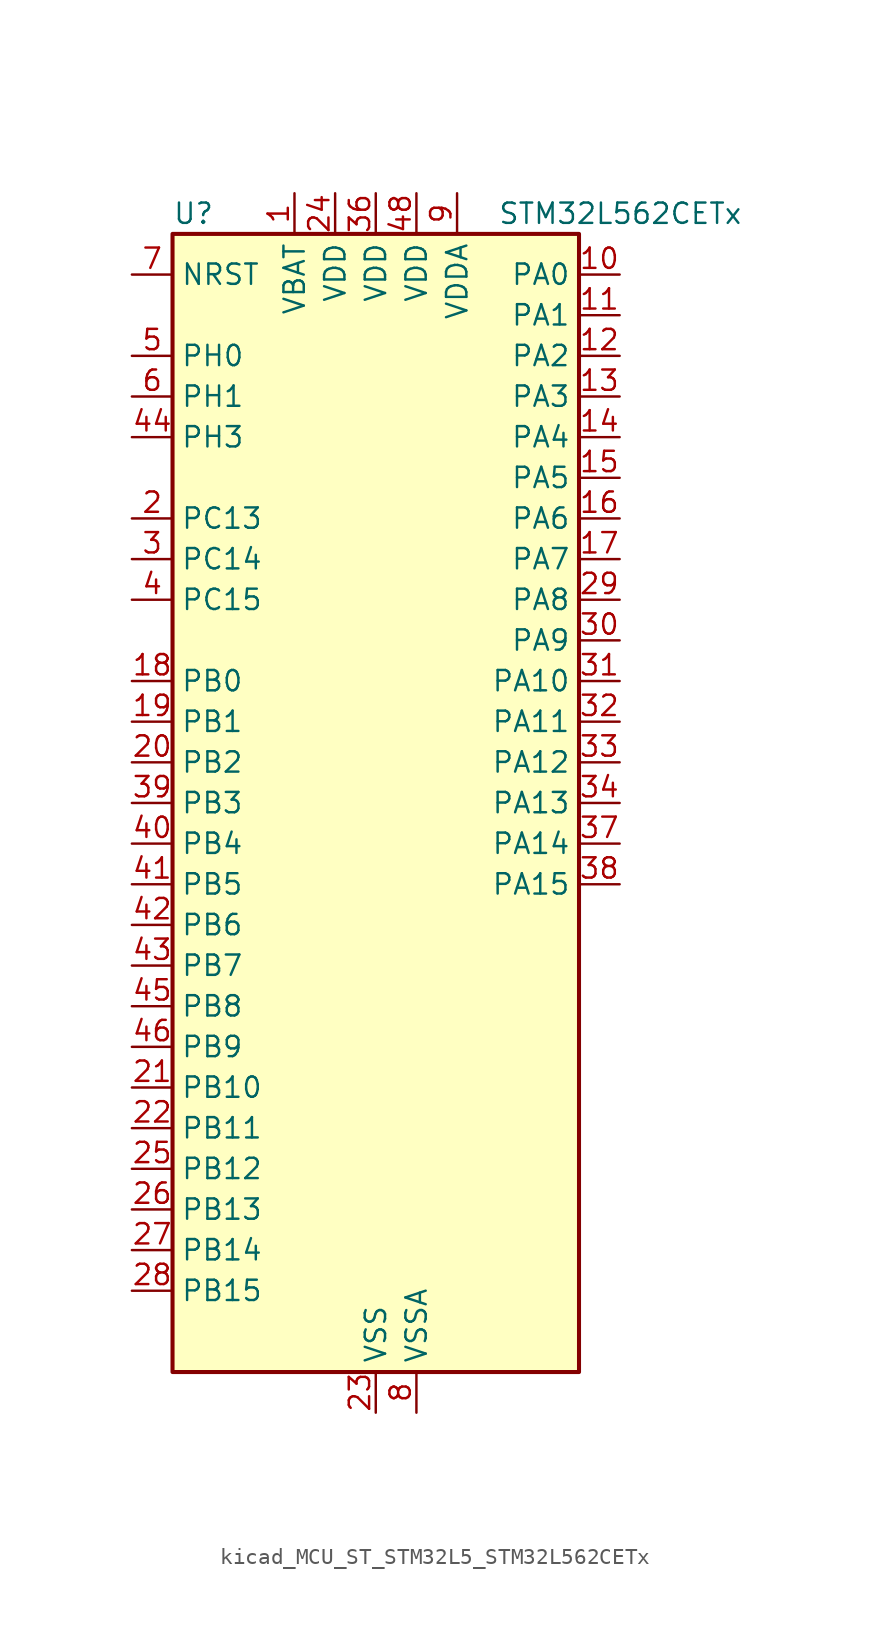
<source format=kicad_sym>
(kicad_symbol_lib
  (version 20220914)
  (generator kicad_symbol_editor)
  (symbol "kicad_MCU_ST_STM32L5_STM32L562CETx"
    (property "Reference" "U"
      (at -12.7 36.83 0)
      (effects (font (size 1.27 1.27)) (justify left)))
    (property "Value" "STM32L562CETx"
      (at 7.62 36.83 0)
      (effects (font (size 1.27 1.27)) (justify left)))
    (property "ki_locked" ""
      (at 0 0 0)
      (effects (font (size 1.27 1.27))))
    (symbol "kicad_MCU_ST_STM32L5_STM32L562CETx_0_1"
      (rectangle (start -12.7 -35.56) (end 12.7 35.56) (stroke (width 0.254) (type default)) (fill (type background))))
    (symbol "kicad_MCU_ST_STM32L5_STM32L562CETx_1_1"
      (pin power_in line (at -5.08 38.1 270) (length 2.54) (name "VBAT" (effects (font (size 1.27 1.27)))) (number "1" (effects (font (size 1.27 1.27)))))
      (pin bidirectional line (at 15.24 33.02 180) (length 2.54) (name "PA0" (effects (font (size 1.27 1.27)))) (number "10" (effects (font (size 1.27 1.27)))) (alternate "ADC1_IN5" bidirectional line) (alternate "ADC2_IN5" bidirectional line) (alternate "OPAMP1_VINP" bidirectional line) (alternate "PWR_WKUP1" bidirectional line) (alternate "SAI1_EXTCLK" bidirectional line) (alternate "TAMP_IN2" bidirectional line) (alternate "TAMP_OUT1" bidirectional line) (alternate "TIM2_CH1" bidirectional line) (alternate "TIM2_ETR" bidirectional line) (alternate "TIM5_CH1" bidirectional line) (alternate "TIM8_ETR" bidirectional line) (alternate "UART4_TX" bidirectional line) (alternate "USART2_CTS" bidirectional line) (alternate "USART2_NSS" bidirectional line))
      (pin bidirectional line (at 15.24 30.48 180) (length 2.54) (name "PA1" (effects (font (size 1.27 1.27)))) (number "11" (effects (font (size 1.27 1.27)))) (alternate "ADC1_IN6" bidirectional line) (alternate "ADC2_IN6" bidirectional line) (alternate "I2C1_SMBA" bidirectional line) (alternate "OCTOSPI1_DQS" bidirectional line) (alternate "OPAMP1_VINM" bidirectional line) (alternate "SPI1_SCK" bidirectional line) (alternate "TAMP_IN5" bidirectional line) (alternate "TAMP_OUT4" bidirectional line) (alternate "TIM15_CH1N" bidirectional line) (alternate "TIM2_CH2" bidirectional line) (alternate "TIM5_CH2" bidirectional line) (alternate "UART4_RX" bidirectional line) (alternate "USART2_DE" bidirectional line) (alternate "USART2_RTS" bidirectional line))
      (pin bidirectional line (at 15.24 27.94 180) (length 2.54) (name "PA2" (effects (font (size 1.27 1.27)))) (number "12" (effects (font (size 1.27 1.27)))) (alternate "ADC1_IN7" bidirectional line) (alternate "ADC2_IN7" bidirectional line) (alternate "COMP1_INP" bidirectional line) (alternate "LPUART1_TX" bidirectional line) (alternate "OCTOSPI1_NCS" bidirectional line) (alternate "PWR_WKUP4" bidirectional line) (alternate "RCC_LSCO" bidirectional line) (alternate "SAI2_EXTCLK" bidirectional line) (alternate "TIM15_CH1" bidirectional line) (alternate "TIM2_CH3" bidirectional line) (alternate "TIM5_CH3" bidirectional line) (alternate "UCPD1_FRSTX1" bidirectional line) (alternate "USART2_TX" bidirectional line))
      (pin bidirectional line (at 15.24 25.4 180) (length 2.54) (name "PA3" (effects (font (size 1.27 1.27)))) (number "13" (effects (font (size 1.27 1.27)))) (alternate "ADC1_IN8" bidirectional line) (alternate "ADC2_IN8" bidirectional line) (alternate "LPUART1_RX" bidirectional line) (alternate "OCTOSPI1_CLK" bidirectional line) (alternate "OPAMP1_VOUT" bidirectional line) (alternate "SAI1_CK1" bidirectional line) (alternate "SAI1_MCLK_A" bidirectional line) (alternate "TIM15_CH2" bidirectional line) (alternate "TIM2_CH4" bidirectional line) (alternate "TIM5_CH4" bidirectional line) (alternate "USART2_RX" bidirectional line))
      (pin bidirectional line (at 15.24 22.86 180) (length 2.54) (name "PA4" (effects (font (size 1.27 1.27)))) (number "14" (effects (font (size 1.27 1.27)))) (alternate "ADC1_IN9" bidirectional line) (alternate "ADC2_IN9" bidirectional line) (alternate "DAC1_OUT1" bidirectional line) (alternate "LPTIM2_OUT" bidirectional line) (alternate "OCTOSPI1_NCS" bidirectional line) (alternate "SAI1_FS_B" bidirectional line) (alternate "SPI1_NSS" bidirectional line) (alternate "SPI3_NSS" bidirectional line) (alternate "USART2_CK" bidirectional line))
      (pin bidirectional line (at 15.24 20.32 180) (length 2.54) (name "PA5" (effects (font (size 1.27 1.27)))) (number "15" (effects (font (size 1.27 1.27)))) (alternate "ADC1_IN10" bidirectional line) (alternate "ADC2_IN10" bidirectional line) (alternate "DAC1_OUT2" bidirectional line) (alternate "LPTIM2_ETR" bidirectional line) (alternate "SPI1_SCK" bidirectional line) (alternate "TIM2_CH1" bidirectional line) (alternate "TIM2_ETR" bidirectional line) (alternate "TIM8_CH1N" bidirectional line))
      (pin bidirectional line (at 15.24 17.78 180) (length 2.54) (name "PA6" (effects (font (size 1.27 1.27)))) (number "16" (effects (font (size 1.27 1.27)))) (alternate "ADC1_IN11" bidirectional line) (alternate "ADC2_IN11" bidirectional line) (alternate "LPUART1_CTS" bidirectional line) (alternate "OCTOSPI1_IO3" bidirectional line) (alternate "OPAMP2_VINP" bidirectional line) (alternate "SPI1_MISO" bidirectional line) (alternate "TIM16_CH1" bidirectional line) (alternate "TIM1_BKIN" bidirectional line) (alternate "TIM3_CH1" bidirectional line) (alternate "TIM8_BKIN" bidirectional line) (alternate "USART3_CTS" bidirectional line) (alternate "USART3_NSS" bidirectional line))
      (pin bidirectional line (at 15.24 15.24 180) (length 2.54) (name "PA7" (effects (font (size 1.27 1.27)))) (number "17" (effects (font (size 1.27 1.27)))) (alternate "ADC1_IN12" bidirectional line) (alternate "ADC2_IN12" bidirectional line) (alternate "I2C3_SCL" bidirectional line) (alternate "OCTOSPI1_IO2" bidirectional line) (alternate "OPAMP2_VINM" bidirectional line) (alternate "SPI1_MOSI" bidirectional line) (alternate "TIM17_CH1" bidirectional line) (alternate "TIM1_CH1N" bidirectional line) (alternate "TIM3_CH2" bidirectional line) (alternate "TIM8_CH1N" bidirectional line))
      (pin bidirectional line (at -15.24 7.62 0) (length 2.54) (name "PB0" (effects (font (size 1.27 1.27)))) (number "18" (effects (font (size 1.27 1.27)))) (alternate "ADC1_IN15" bidirectional line) (alternate "ADC2_IN15" bidirectional line) (alternate "COMP1_OUT" bidirectional line) (alternate "OCTOSPI1_IO1" bidirectional line) (alternate "OPAMP2_VOUT" bidirectional line) (alternate "SAI1_EXTCLK" bidirectional line) (alternate "SPI1_NSS" bidirectional line) (alternate "TIM1_CH2N" bidirectional line) (alternate "TIM3_CH3" bidirectional line) (alternate "TIM8_CH2N" bidirectional line) (alternate "USART3_CK" bidirectional line))
      (pin bidirectional line (at -15.24 5.08 0) (length 2.54) (name "PB1" (effects (font (size 1.27 1.27)))) (number "19" (effects (font (size 1.27 1.27)))) (alternate "ADC1_IN16" bidirectional line) (alternate "ADC2_IN16" bidirectional line) (alternate "COMP1_INM" bidirectional line) (alternate "DFSDM1_DATIN0" bidirectional line) (alternate "LPTIM2_IN1" bidirectional line) (alternate "LPUART1_DE" bidirectional line) (alternate "LPUART1_RTS" bidirectional line) (alternate "OCTOSPI1_IO0" bidirectional line) (alternate "TIM1_CH3N" bidirectional line) (alternate "TIM3_CH4" bidirectional line) (alternate "TIM8_CH3N" bidirectional line) (alternate "USART3_DE" bidirectional line) (alternate "USART3_RTS" bidirectional line))
      (pin bidirectional line (at -15.24 17.78 0) (length 2.54) (name "PC13" (effects (font (size 1.27 1.27)))) (number "2" (effects (font (size 1.27 1.27)))) (alternate "PWR_WKUP2" bidirectional line) (alternate "RTC_OUT1" bidirectional line) (alternate "RTC_TS" bidirectional line) (alternate "TAMP_IN1" bidirectional line) (alternate "TAMP_OUT2" bidirectional line))
      (pin bidirectional line (at -15.24 2.54 0) (length 2.54) (name "PB2" (effects (font (size 1.27 1.27)))) (number "20" (effects (font (size 1.27 1.27)))) (alternate "COMP1_INP" bidirectional line) (alternate "DFSDM1_CKIN0" bidirectional line) (alternate "I2C3_SMBA" bidirectional line) (alternate "LPTIM1_OUT" bidirectional line) (alternate "OCTOSPI1_DQS" bidirectional line) (alternate "RTC_OUT2" bidirectional line) (alternate "UCPD1_FRSTX1" bidirectional line))
      (pin bidirectional line (at -15.24 -17.78 0) (length 2.54) (name "PB10" (effects (font (size 1.27 1.27)))) (number "21" (effects (font (size 1.27 1.27)))) (alternate "COMP1_OUT" bidirectional line) (alternate "I2C2_SCL" bidirectional line) (alternate "I2C4_SCL" bidirectional line) (alternate "LPTIM3_OUT" bidirectional line) (alternate "LPUART1_RX" bidirectional line) (alternate "OCTOSPI1_CLK" bidirectional line) (alternate "SAI1_SCK_A" bidirectional line) (alternate "SPI2_SCK" bidirectional line) (alternate "TIM2_CH3" bidirectional line) (alternate "TSC_SYNC" bidirectional line) (alternate "USART3_TX" bidirectional line))
      (pin bidirectional line (at -15.24 -20.32 0) (length 2.54) (name "PB11" (effects (font (size 1.27 1.27)))) (number "22" (effects (font (size 1.27 1.27)))) (alternate "ADC1_EXTI11" bidirectional line) (alternate "ADC2_EXTI11" bidirectional line) (alternate "COMP2_OUT" bidirectional line) (alternate "I2C2_SDA" bidirectional line) (alternate "I2C4_SDA" bidirectional line) (alternate "LPUART1_TX" bidirectional line) (alternate "OCTOSPI1_NCS" bidirectional line) (alternate "TIM2_CH4" bidirectional line) (alternate "USART3_RX" bidirectional line))
      (pin power_in line (at 0 -38.1 90) (length 2.54) (name "VSS" (effects (font (size 1.27 1.27)))) (number "23" (effects (font (size 1.27 1.27)))))
      (pin power_in line (at -2.54 38.1 270) (length 2.54) (name "VDD" (effects (font (size 1.27 1.27)))) (number "24" (effects (font (size 1.27 1.27)))))
      (pin bidirectional line (at -15.24 -22.86 0) (length 2.54) (name "PB12" (effects (font (size 1.27 1.27)))) (number "25" (effects (font (size 1.27 1.27)))) (alternate "DFSDM1_DATIN1" bidirectional line) (alternate "I2C2_SMBA" bidirectional line) (alternate "LPUART1_DE" bidirectional line) (alternate "LPUART1_RTS" bidirectional line) (alternate "OCTOSPI1_NCLK" bidirectional line) (alternate "SAI2_FS_A" bidirectional line) (alternate "SPI2_NSS" bidirectional line) (alternate "TIM15_BKIN" bidirectional line) (alternate "TIM1_BKIN" bidirectional line) (alternate "TSC_G1_IO1" bidirectional line) (alternate "USART3_CK" bidirectional line))
      (pin bidirectional line (at -15.24 -25.4 0) (length 2.54) (name "PB13" (effects (font (size 1.27 1.27)))) (number "26" (effects (font (size 1.27 1.27)))) (alternate "DFSDM1_CKIN1" bidirectional line) (alternate "I2C2_SCL" bidirectional line) (alternate "LPTIM3_IN1" bidirectional line) (alternate "LPUART1_CTS" bidirectional line) (alternate "SAI2_SCK_A" bidirectional line) (alternate "SPI2_SCK" bidirectional line) (alternate "TIM15_CH1N" bidirectional line) (alternate "TIM1_CH1N" bidirectional line) (alternate "TSC_G1_IO2" bidirectional line) (alternate "UCPD1_FRSTX2" bidirectional line) (alternate "USART3_CTS" bidirectional line) (alternate "USART3_NSS" bidirectional line))
      (pin bidirectional line (at -15.24 -27.94 0) (length 2.54) (name "PB14" (effects (font (size 1.27 1.27)))) (number "27" (effects (font (size 1.27 1.27)))) (alternate "DFSDM1_DATIN2" bidirectional line) (alternate "I2C2_SDA" bidirectional line) (alternate "LPTIM3_ETR" bidirectional line) (alternate "SAI2_MCLK_A" bidirectional line) (alternate "SPI2_MISO" bidirectional line) (alternate "TIM15_CH1" bidirectional line) (alternate "TIM1_CH2N" bidirectional line) (alternate "TIM8_CH2N" bidirectional line) (alternate "TSC_G1_IO3" bidirectional line) (alternate "UCPD1_DBCC2" bidirectional line) (alternate "USART3_DE" bidirectional line) (alternate "USART3_RTS" bidirectional line))
      (pin bidirectional line (at -15.24 -30.48 0) (length 2.54) (name "PB15" (effects (font (size 1.27 1.27)))) (number "28" (effects (font (size 1.27 1.27)))) (alternate "ADC1_EXTI15" bidirectional line) (alternate "ADC2_EXTI15" bidirectional line) (alternate "DFSDM1_CKIN2" bidirectional line) (alternate "RTC_REFIN" bidirectional line) (alternate "SAI2_SD_A" bidirectional line) (alternate "SPI2_MOSI" bidirectional line) (alternate "TIM15_CH2" bidirectional line) (alternate "TIM1_CH3N" bidirectional line) (alternate "TIM8_CH3N" bidirectional line) (alternate "UCPD1_CC2" bidirectional line))
      (pin bidirectional line (at 15.24 12.7 180) (length 2.54) (name "PA8" (effects (font (size 1.27 1.27)))) (number "29" (effects (font (size 1.27 1.27)))) (alternate "LPTIM2_OUT" bidirectional line) (alternate "RCC_MCO" bidirectional line) (alternate "SAI1_CK2" bidirectional line) (alternate "SAI1_SCK_A" bidirectional line) (alternate "TIM1_CH1" bidirectional line) (alternate "USART1_CK" bidirectional line))
      (pin bidirectional line (at -15.24 15.24 0) (length 2.54) (name "PC14" (effects (font (size 1.27 1.27)))) (number "3" (effects (font (size 1.27 1.27)))) (alternate "RCC_OSC32_IN" bidirectional line))
      (pin bidirectional line (at 15.24 10.16 180) (length 2.54) (name "PA9" (effects (font (size 1.27 1.27)))) (number "30" (effects (font (size 1.27 1.27)))) (alternate "DAC1_EXTI9" bidirectional line) (alternate "SAI1_FS_A" bidirectional line) (alternate "SPI2_SCK" bidirectional line) (alternate "TIM15_BKIN" bidirectional line) (alternate "TIM1_CH2" bidirectional line) (alternate "USART1_TX" bidirectional line))
      (pin bidirectional line (at 15.24 7.62 180) (length 2.54) (name "PA10" (effects (font (size 1.27 1.27)))) (number "31" (effects (font (size 1.27 1.27)))) (alternate "CRS_SYNC" bidirectional line) (alternate "SAI1_D1" bidirectional line) (alternate "SAI1_SD_A" bidirectional line) (alternate "TIM17_BKIN" bidirectional line) (alternate "TIM1_CH3" bidirectional line) (alternate "USART1_RX" bidirectional line))
      (pin bidirectional line (at 15.24 5.08 180) (length 2.54) (name "PA11" (effects (font (size 1.27 1.27)))) (number "32" (effects (font (size 1.27 1.27)))) (alternate "ADC1_EXTI11" bidirectional line) (alternate "ADC2_EXTI11" bidirectional line) (alternate "FDCAN1_RX" bidirectional line) (alternate "SPI1_MISO" bidirectional line) (alternate "TIM1_BKIN2" bidirectional line) (alternate "TIM1_CH4" bidirectional line) (alternate "USART1_CTS" bidirectional line) (alternate "USART1_NSS" bidirectional line) (alternate "USB_DM" bidirectional line))
      (pin bidirectional line (at 15.24 2.54 180) (length 2.54) (name "PA12" (effects (font (size 1.27 1.27)))) (number "33" (effects (font (size 1.27 1.27)))) (alternate "FDCAN1_TX" bidirectional line) (alternate "SPI1_MOSI" bidirectional line) (alternate "TIM1_ETR" bidirectional line) (alternate "USART1_DE" bidirectional line) (alternate "USART1_RTS" bidirectional line) (alternate "USB_DP" bidirectional line))
      (pin bidirectional line (at 15.24 0 180) (length 2.54) (name "PA13" (effects (font (size 1.27 1.27)))) (number "34" (effects (font (size 1.27 1.27)))) (alternate "DEBUG_JTMS-SWDIO" bidirectional line) (alternate "IR_OUT" bidirectional line) (alternate "SAI1_SD_B" bidirectional line) (alternate "USB_NOE" bidirectional line))
      (pin passive line (at 0 -38.1 90) (length 2.54) hide (name "VSS" (effects (font (size 1.27 1.27)))) (number "35" (effects (font (size 1.27 1.27)))))
      (pin power_in line (at 0 38.1 270) (length 2.54) (name "VDD" (effects (font (size 1.27 1.27)))) (number "36" (effects (font (size 1.27 1.27)))))
      (pin bidirectional line (at 15.24 -2.54 180) (length 2.54) (name "PA14" (effects (font (size 1.27 1.27)))) (number "37" (effects (font (size 1.27 1.27)))) (alternate "DEBUG_JTCK-SWCLK" bidirectional line) (alternate "I2C1_SMBA" bidirectional line) (alternate "I2C4_SMBA" bidirectional line) (alternate "LPTIM1_OUT" bidirectional line) (alternate "SAI1_FS_B" bidirectional line))
      (pin bidirectional line (at 15.24 -5.08 180) (length 2.54) (name "PA15" (effects (font (size 1.27 1.27)))) (number "38" (effects (font (size 1.27 1.27)))) (alternate "ADC1_EXTI15" bidirectional line) (alternate "ADC2_EXTI15" bidirectional line) (alternate "DEBUG_JTDI" bidirectional line) (alternate "SAI2_FS_B" bidirectional line) (alternate "SPI1_NSS" bidirectional line) (alternate "SPI3_NSS" bidirectional line) (alternate "TIM2_CH1" bidirectional line) (alternate "TIM2_ETR" bidirectional line) (alternate "UART4_DE" bidirectional line) (alternate "UART4_RTS" bidirectional line) (alternate "UCPD1_CC1" bidirectional line) (alternate "USART2_RX" bidirectional line) (alternate "USART3_DE" bidirectional line) (alternate "USART3_RTS" bidirectional line))
      (pin bidirectional line (at -15.24 0 0) (length 2.54) (name "PB3" (effects (font (size 1.27 1.27)))) (number "39" (effects (font (size 1.27 1.27)))) (alternate "COMP2_INM" bidirectional line) (alternate "CRS_SYNC" bidirectional line) (alternate "DEBUG_JTDO-SWO" bidirectional line) (alternate "SAI1_SCK_B" bidirectional line) (alternate "SPI1_SCK" bidirectional line) (alternate "SPI3_SCK" bidirectional line) (alternate "TIM2_CH2" bidirectional line) (alternate "USART1_DE" bidirectional line) (alternate "USART1_RTS" bidirectional line))
      (pin bidirectional line (at -15.24 12.7 0) (length 2.54) (name "PC15" (effects (font (size 1.27 1.27)))) (number "4" (effects (font (size 1.27 1.27)))) (alternate "ADC1_EXTI15" bidirectional line) (alternate "ADC2_EXTI15" bidirectional line) (alternate "RCC_OSC32_OUT" bidirectional line))
      (pin bidirectional line (at -15.24 -2.54 0) (length 2.54) (name "PB4" (effects (font (size 1.27 1.27)))) (number "40" (effects (font (size 1.27 1.27)))) (alternate "COMP2_INP" bidirectional line) (alternate "DEBUG_JTRST" bidirectional line) (alternate "I2C3_SDA" bidirectional line) (alternate "SAI1_MCLK_B" bidirectional line) (alternate "SPI1_MISO" bidirectional line) (alternate "SPI3_MISO" bidirectional line) (alternate "TIM17_BKIN" bidirectional line) (alternate "TIM3_CH1" bidirectional line) (alternate "TSC_G2_IO1" bidirectional line) (alternate "USART1_CTS" bidirectional line) (alternate "USART1_NSS" bidirectional line))
      (pin bidirectional line (at -15.24 -5.08 0) (length 2.54) (name "PB5" (effects (font (size 1.27 1.27)))) (number "41" (effects (font (size 1.27 1.27)))) (alternate "COMP2_OUT" bidirectional line) (alternate "I2C1_SMBA" bidirectional line) (alternate "LPTIM1_IN1" bidirectional line) (alternate "OCTOSPI1_NCLK" bidirectional line) (alternate "SAI1_SD_B" bidirectional line) (alternate "SPI1_MOSI" bidirectional line) (alternate "SPI3_MOSI" bidirectional line) (alternate "TIM16_BKIN" bidirectional line) (alternate "TIM3_CH2" bidirectional line) (alternate "TSC_G2_IO2" bidirectional line) (alternate "UCPD1_DBCC1" bidirectional line) (alternate "USART1_CK" bidirectional line))
      (pin bidirectional line (at -15.24 -7.62 0) (length 2.54) (name "PB6" (effects (font (size 1.27 1.27)))) (number "42" (effects (font (size 1.27 1.27)))) (alternate "COMP2_INP" bidirectional line) (alternate "I2C1_SCL" bidirectional line) (alternate "I2C4_SCL" bidirectional line) (alternate "LPTIM1_ETR" bidirectional line) (alternate "SAI1_FS_B" bidirectional line) (alternate "TIM16_CH1N" bidirectional line) (alternate "TIM4_CH1" bidirectional line) (alternate "TIM8_BKIN2" bidirectional line) (alternate "TSC_G2_IO3" bidirectional line) (alternate "USART1_TX" bidirectional line))
      (pin bidirectional line (at -15.24 -10.16 0) (length 2.54) (name "PB7" (effects (font (size 1.27 1.27)))) (number "43" (effects (font (size 1.27 1.27)))) (alternate "COMP2_INM" bidirectional line) (alternate "I2C1_SDA" bidirectional line) (alternate "I2C4_SDA" bidirectional line) (alternate "LPTIM1_IN2" bidirectional line) (alternate "PWR_PVD_IN" bidirectional line) (alternate "TIM17_CH1N" bidirectional line) (alternate "TIM4_CH2" bidirectional line) (alternate "TIM8_BKIN" bidirectional line) (alternate "TSC_G2_IO4" bidirectional line) (alternate "UART4_CTS" bidirectional line) (alternate "USART1_RX" bidirectional line))
      (pin bidirectional line (at -15.24 22.86 0) (length 2.54) (name "PH3" (effects (font (size 1.27 1.27)))) (number "44" (effects (font (size 1.27 1.27)))))
      (pin bidirectional line (at -15.24 -12.7 0) (length 2.54) (name "PB8" (effects (font (size 1.27 1.27)))) (number "45" (effects (font (size 1.27 1.27)))) (alternate "DFSDM1_CKOUT" bidirectional line) (alternate "FDCAN1_RX" bidirectional line) (alternate "I2C1_SCL" bidirectional line) (alternate "SAI1_CK1" bidirectional line) (alternate "SAI1_MCLK_A" bidirectional line) (alternate "TIM16_CH1" bidirectional line) (alternate "TIM4_CH3" bidirectional line))
      (pin bidirectional line (at -15.24 -15.24 0) (length 2.54) (name "PB9" (effects (font (size 1.27 1.27)))) (number "46" (effects (font (size 1.27 1.27)))) (alternate "DAC1_EXTI9" bidirectional line) (alternate "FDCAN1_TX" bidirectional line) (alternate "I2C1_SDA" bidirectional line) (alternate "IR_OUT" bidirectional line) (alternate "SAI1_D2" bidirectional line) (alternate "SAI1_FS_A" bidirectional line) (alternate "SPI2_NSS" bidirectional line) (alternate "TIM17_CH1" bidirectional line) (alternate "TIM4_CH4" bidirectional line))
      (pin passive line (at 0 -38.1 90) (length 2.54) hide (name "VSS" (effects (font (size 1.27 1.27)))) (number "47" (effects (font (size 1.27 1.27)))))
      (pin power_in line (at 2.54 38.1 270) (length 2.54) (name "VDD" (effects (font (size 1.27 1.27)))) (number "48" (effects (font (size 1.27 1.27)))))
      (pin bidirectional line (at -15.24 27.94 0) (length 2.54) (name "PH0" (effects (font (size 1.27 1.27)))) (number "5" (effects (font (size 1.27 1.27)))) (alternate "RCC_OSC_IN" bidirectional line))
      (pin bidirectional line (at -15.24 25.4 0) (length 2.54) (name "PH1" (effects (font (size 1.27 1.27)))) (number "6" (effects (font (size 1.27 1.27)))) (alternate "RCC_OSC_OUT" bidirectional line))
      (pin input line (at -15.24 33.02 0) (length 2.54) (name "NRST" (effects (font (size 1.27 1.27)))) (number "7" (effects (font (size 1.27 1.27)))))
      (pin power_in line (at 2.54 -38.1 90) (length 2.54) (name "VSSA" (effects (font (size 1.27 1.27)))) (number "8" (effects (font (size 1.27 1.27)))))
      (pin power_in line (at 5.08 38.1 270) (length 2.54) (name "VDDA" (effects (font (size 1.27 1.27)))) (number "9" (effects (font (size 1.27 1.27))))))))
</source>
